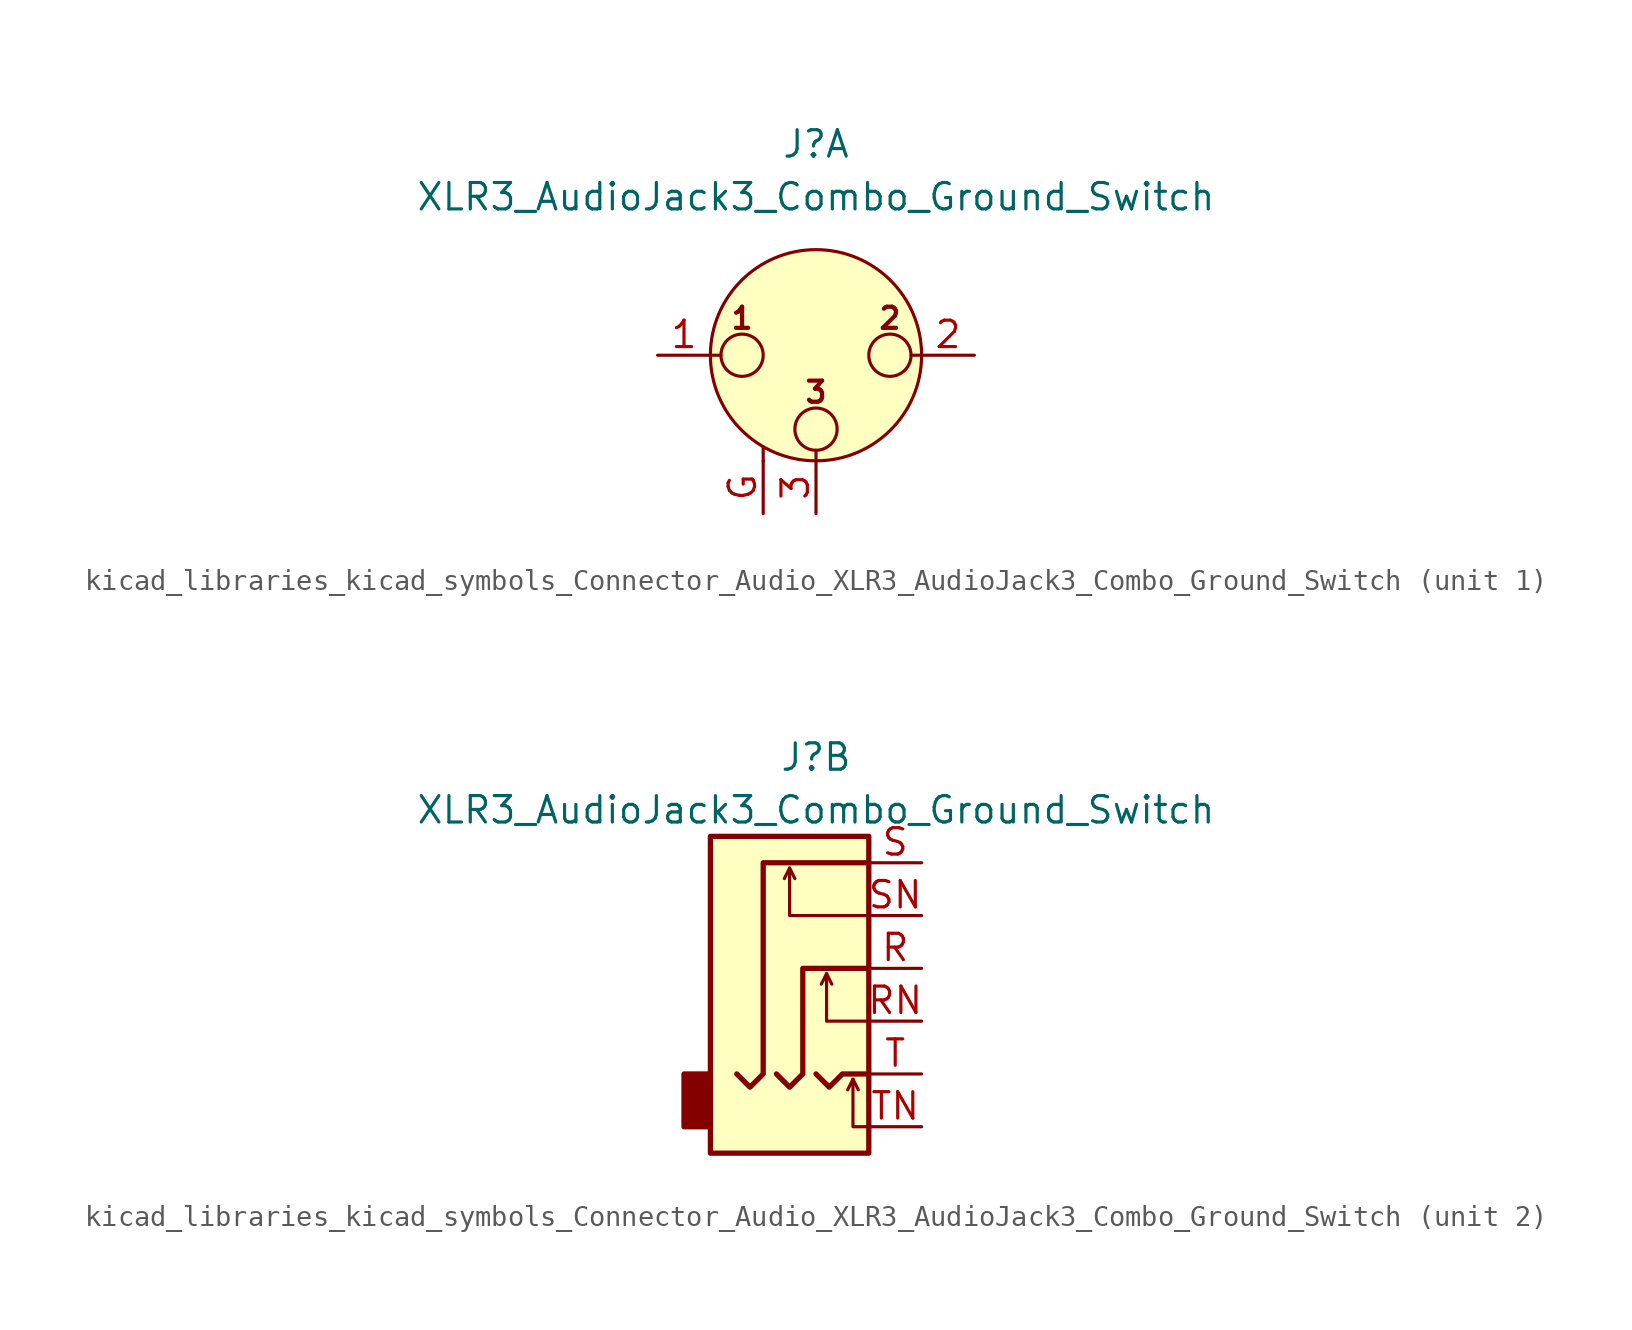
<source format=kicad_sym>
(kicad_symbol_lib
  (version 20220914)
  (generator kicad_symbol_editor)
  (symbol "kicad_libraries_kicad_symbols_Connector_Audio_XLR3_AudioJack3_Combo_Ground_Switch"
    (pin_names hide)
    (property "Reference" "J"
      (at 0 10.16 0)
      (effects (font (size 1.27 1.27))))
    (property "Value" "XLR3_AudioJack3_Combo_Ground_Switch"
      (at 0 7.62 0)
      (effects (font (size 1.27 1.27))))
    (symbol "kicad_libraries_kicad_symbols_Connector_Audio_XLR3_AudioJack3_Combo_Ground_Switch_1_1"
      (circle (center -3.556 0) (radius 1.016) (stroke (width 0) (type default)) (fill (type none)))
      (circle (center 0 -3.556) (radius 1.016) (stroke (width 0) (type default)) (fill (type none)))
      (polyline (pts (xy -5.08 0) (xy -4.572 0)) (stroke (width 0) (type default)) (fill (type none)))
      (polyline (pts (xy -2.54 -5.08) (xy -2.54 -4.445)) (stroke (width 0) (type default)) (fill (type none)))
      (polyline (pts (xy 0 -5.08) (xy 0 -4.572)) (stroke (width 0) (type default)) (fill (type none)))
      (polyline (pts (xy 5.08 0) (xy 4.572 0)) (stroke (width 0) (type default)) (fill (type none)))
      (circle (center 0 0) (radius 5.08) (stroke (width 0) (type default)) (fill (type background)))
      (circle (center 3.556 0) (radius 1.016) (stroke (width 0) (type default)) (fill (type none)))
      (text "1" (at -3.556 1.778 0) (effects (font (size 1.016 1.016) bold)))
      (text "2" (at 3.556 1.778 0) (effects (font (size 1.016 1.016) bold)))
      (text "3" (at 0 -1.778 0) (effects (font (size 1.016 1.016) bold)))
      (pin passive line (at -7.62 0 0) (length 2.54) (name "~" (effects (font (size 1.27 1.27)))) (number "1" (effects (font (size 1.27 1.27)))))
      (pin passive line (at 7.62 0 180) (length 2.54) (name "~" (effects (font (size 1.27 1.27)))) (number "2" (effects (font (size 1.27 1.27)))))
      (pin passive line (at 0 -7.62 90) (length 2.54) (name "~" (effects (font (size 1.27 1.27)))) (number "3" (effects (font (size 1.27 1.27)))))
      (pin passive line (at -2.54 -7.62 90) (length 2.54) (name "~" (effects (font (size 1.27 1.27)))) (number "G" (effects (font (size 1.27 1.27))))))
    (symbol "kicad_libraries_kicad_symbols_Connector_Audio_XLR3_AudioJack3_Combo_Ground_Switch_2_1"
      (rectangle (start -5.08 -5.08) (end -6.35 -7.62) (stroke (width 0.254) (type default)) (fill (type outline)))
      (polyline (pts (xy -1.27 4.826) (xy -1.016 4.318)) (stroke (width 0) (type default)) (fill (type none)))
      (polyline (pts (xy 0.508 -0.254) (xy 0.762 -0.762)) (stroke (width 0) (type default)) (fill (type none)))
      (polyline (pts (xy 1.778 -5.334) (xy 2.032 -5.842)) (stroke (width 0) (type default)) (fill (type none)))
      (polyline (pts (xy 0 -5.08) (xy 0.635 -5.715) (xy 1.27 -5.08) (xy 2.54 -5.08)) (stroke (width 0.254) (type default)) (fill (type none)))
      (polyline (pts (xy 2.54 -7.62) (xy 1.778 -7.62) (xy 1.778 -5.334) (xy 1.524 -5.842)) (stroke (width 0) (type default)) (fill (type none)))
      (polyline (pts (xy 2.54 -2.54) (xy 0.508 -2.54) (xy 0.508 -0.254) (xy 0.254 -0.762)) (stroke (width 0) (type default)) (fill (type none)))
      (polyline (pts (xy 2.54 2.54) (xy -1.27 2.54) (xy -1.27 4.826) (xy -1.524 4.318)) (stroke (width 0) (type default)) (fill (type none)))
      (polyline (pts (xy -1.905 -5.08) (xy -1.27 -5.715) (xy -0.635 -5.08) (xy -0.635 0) (xy 2.54 0)) (stroke (width 0.254) (type default)) (fill (type none)))
      (polyline (pts (xy 2.54 5.08) (xy -2.54 5.08) (xy -2.54 -5.08) (xy -3.175 -5.715) (xy -3.81 -5.08)) (stroke (width 0.254) (type default)) (fill (type none)))
      (rectangle (start 2.54 6.35) (end -5.08 -8.89) (stroke (width 0.254) (type default)) (fill (type background)))
      (pin passive line (at 5.08 0 180) (length 2.54) (name "~" (effects (font (size 1.27 1.27)))) (number "R" (effects (font (size 1.27 1.27)))))
      (pin passive line (at 5.08 -2.54 180) (length 2.54) (name "~" (effects (font (size 1.27 1.27)))) (number "RN" (effects (font (size 1.27 1.27)))))
      (pin passive line (at 5.08 5.08 180) (length 2.54) (name "~" (effects (font (size 1.27 1.27)))) (number "S" (effects (font (size 1.27 1.27)))))
      (pin passive line (at 5.08 2.54 180) (length 2.54) (name "~" (effects (font (size 1.27 1.27)))) (number "SN" (effects (font (size 1.27 1.27)))))
      (pin passive line (at 5.08 -5.08 180) (length 2.54) (name "~" (effects (font (size 1.27 1.27)))) (number "T" (effects (font (size 1.27 1.27)))))
      (pin passive line (at 5.08 -7.62 180) (length 2.54) (name "~" (effects (font (size 1.27 1.27)))) (number "TN" (effects (font (size 1.27 1.27))))))))
</source>
